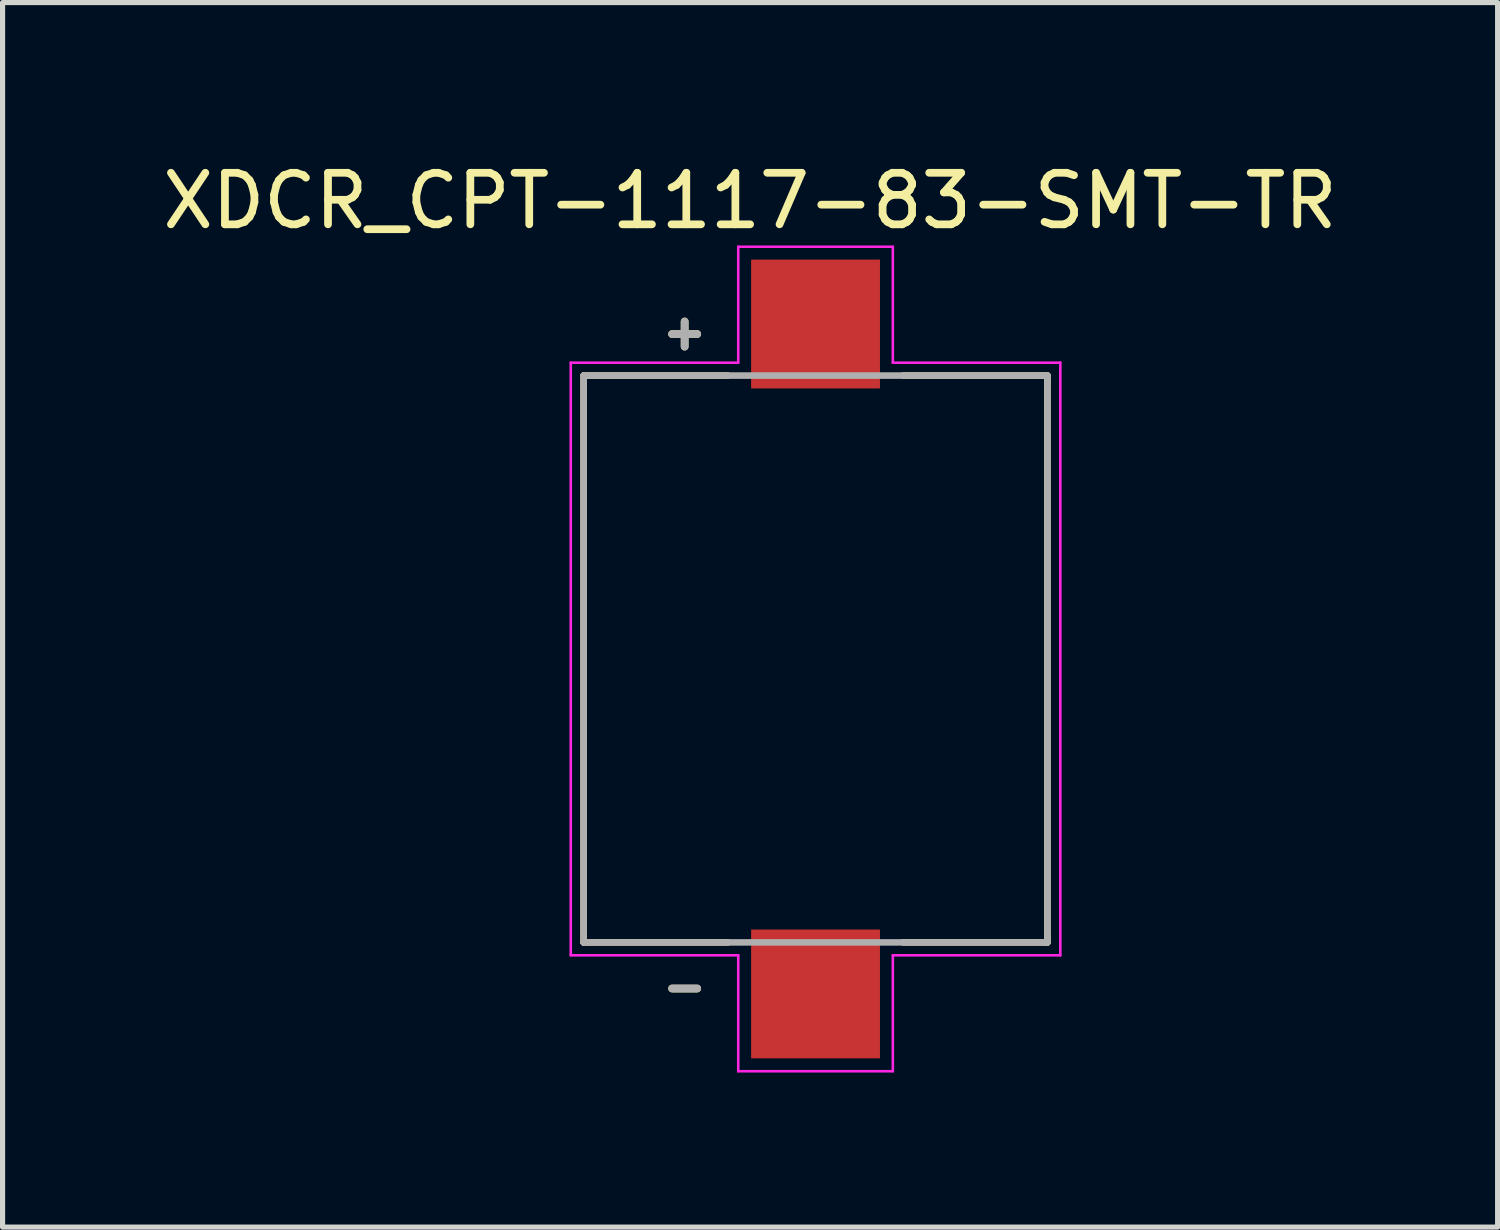
<source format=kicad_pcb>
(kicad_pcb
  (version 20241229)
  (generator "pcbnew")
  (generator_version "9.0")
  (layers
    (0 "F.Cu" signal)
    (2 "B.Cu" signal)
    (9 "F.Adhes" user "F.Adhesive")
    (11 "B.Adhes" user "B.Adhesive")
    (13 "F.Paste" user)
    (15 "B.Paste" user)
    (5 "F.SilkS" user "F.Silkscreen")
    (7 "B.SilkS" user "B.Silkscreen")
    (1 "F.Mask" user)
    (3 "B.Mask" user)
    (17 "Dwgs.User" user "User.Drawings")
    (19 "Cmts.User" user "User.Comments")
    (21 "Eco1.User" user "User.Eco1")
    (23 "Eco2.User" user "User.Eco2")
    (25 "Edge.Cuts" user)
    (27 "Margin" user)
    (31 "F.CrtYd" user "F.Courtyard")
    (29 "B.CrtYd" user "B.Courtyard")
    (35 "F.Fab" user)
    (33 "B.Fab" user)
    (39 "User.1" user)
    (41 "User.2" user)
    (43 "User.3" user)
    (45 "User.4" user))
  (footprint "XDCR_CPT-1117-83-SMT-TR"
    (layer "F.Cu")
    (at 12.776 9.738)
    (property "Reference" "XDCR_CPT-1117-83-SMT-TR" (at -1.27 -8.89 0) (layer "F.SilkS") (effects (font (size 1 1) (thickness 0.15))))
    (attr smd)
    (fp_line (start -4.5 -5.5) (end -4.5 5.5) (stroke (width 0.127) (type solid)) (layer "F.SilkS"))
    (fp_line (start -4.5 5.5) (end -1.7 5.5) (stroke (width 0.127) (type solid)) (layer "F.SilkS"))
    (fp_line (start -1.7 -5.5) (end -4.5 -5.5) (stroke (width 0.127) (type solid)) (layer "F.SilkS"))
    (fp_line (start 1.7 5.5) (end 4.5 5.5) (stroke (width 0.127) (type solid)) (layer "F.SilkS"))
    (fp_line (start 4.5 -5.5) (end 1.7 -5.5) (stroke (width 0.127) (type solid)) (layer "F.SilkS"))
    (fp_line (start 4.5 5.5) (end 4.5 -5.5) (stroke (width 0.127) (type solid)) (layer "F.SilkS"))
    (fp_line (start -4.75 -5.75) (end -1.5 -5.75) (stroke (width 0.05) (type solid)) (layer "F.CrtYd"))
    (fp_line (start -4.75 5.75) (end -4.75 -5.75) (stroke (width 0.05) (type solid)) (layer "F.CrtYd"))
    (fp_line (start -1.5 -8) (end 1.5 -8) (stroke (width 0.05) (type solid)) (layer "F.CrtYd"))
    (fp_line (start -1.5 -5.75) (end -1.5 -8) (stroke (width 0.05) (type solid)) (layer "F.CrtYd"))
    (fp_line (start -1.5 5.75) (end -4.75 5.75) (stroke (width 0.05) (type solid)) (layer "F.CrtYd"))
    (fp_line (start -1.5 8) (end -1.5 5.75) (stroke (width 0.05) (type solid)) (layer "F.CrtYd"))
    (fp_line (start 1.5 -8) (end 1.5 -5.75) (stroke (width 0.05) (type solid)) (layer "F.CrtYd"))
    (fp_line (start 1.5 -5.75) (end 4.75 -5.75) (stroke (width 0.05) (type solid)) (layer "F.CrtYd"))
    (fp_line (start 1.5 5.75) (end 1.5 8) (stroke (width 0.05) (type solid)) (layer "F.CrtYd"))
    (fp_line (start 1.5 8) (end -1.5 8) (stroke (width 0.05) (type solid)) (layer "F.CrtYd"))
    (fp_line (start 4.75 -5.75) (end 4.75 5.75) (stroke (width 0.05) (type solid)) (layer "F.CrtYd"))
    (fp_line (start 4.75 5.75) (end 1.5 5.75) (stroke (width 0.05) (type solid)) (layer "F.CrtYd"))
    (fp_line (start -4.5 -5.5) (end 4.5 -5.5) (stroke (width 0.127) (type solid)) (layer "F.Fab"))
    (fp_line (start -4.5 5.5) (end -4.5 -5.5) (stroke (width 0.127) (type solid)) (layer "F.Fab"))
    (fp_line (start 4.5 -5.5) (end 4.5 5.5) (stroke (width 0.127) (type solid)) (layer "F.Fab"))
    (fp_line (start 4.5 5.5) (end -4.5 5.5) (stroke (width 0.127) (type solid)) (layer "F.Fab"))
    (fp_text user "-" (at -2.54 6.35 0) (layer "F.SilkS") (effects (font (size 0.64 0.64) (thickness 0.15))))
    (fp_text user "+" (at -2.54 -6.35 0) (layer "F.SilkS") (effects (font (size 0.64 0.64) (thickness 0.15))))
    (fp_text user "+" (at -2.54 -6.35 0) (layer "F.Fab") (effects (font (size 0.64 0.64) (thickness 0.15))))
    (fp_text user "-" (at -2.54 6.35 0) (layer "F.Fab") (effects (font (size 0.64 0.64) (thickness 0.15))))
    (pad "N" smd rect (at 0 6.5) (size 2.5 2.5) (layers "F.Cu" "F.Mask" "F.Paste"))
    (pad "P" smd rect (at 0 -6.5) (size 2.5 2.5) (layers "F.Cu" "F.Mask" "F.Paste")))
  (gr_rect
    (start -3 -3)
    (end 26.012 20.763)
    (stroke (width 0.1) (type default))
    (fill no)
    (layer "Edge.Cuts")))
</source>
